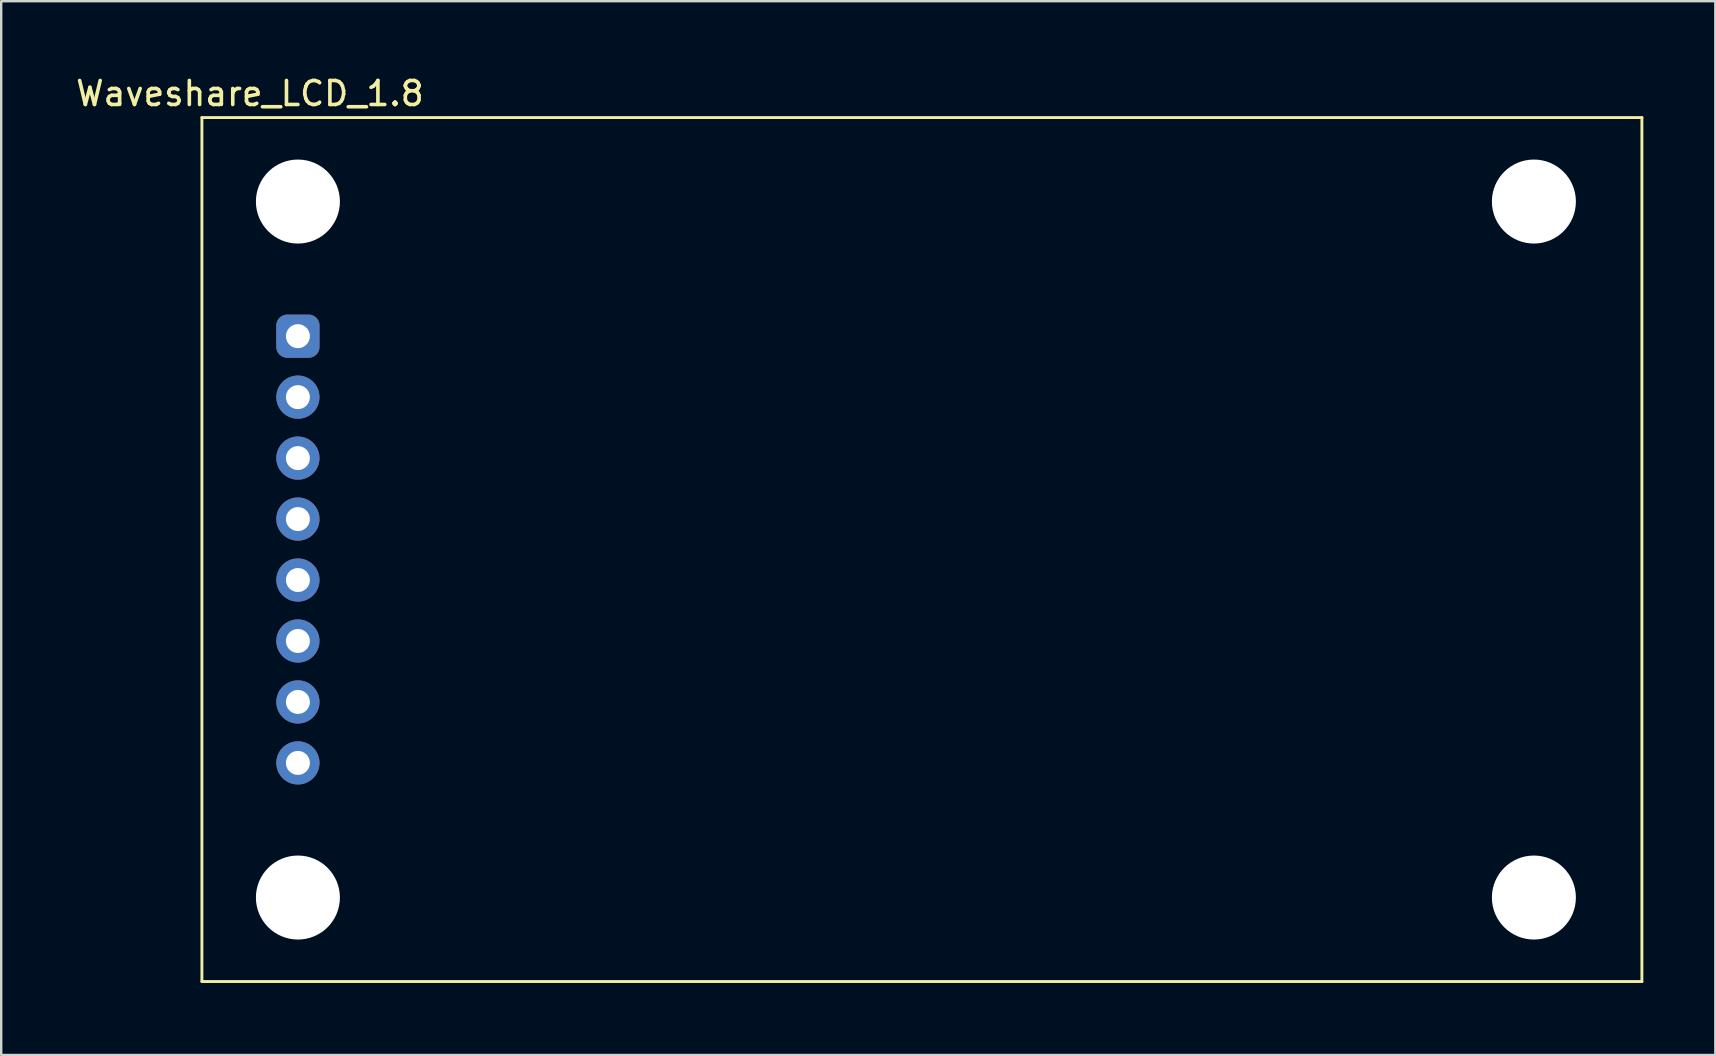
<source format=kicad_pcb>
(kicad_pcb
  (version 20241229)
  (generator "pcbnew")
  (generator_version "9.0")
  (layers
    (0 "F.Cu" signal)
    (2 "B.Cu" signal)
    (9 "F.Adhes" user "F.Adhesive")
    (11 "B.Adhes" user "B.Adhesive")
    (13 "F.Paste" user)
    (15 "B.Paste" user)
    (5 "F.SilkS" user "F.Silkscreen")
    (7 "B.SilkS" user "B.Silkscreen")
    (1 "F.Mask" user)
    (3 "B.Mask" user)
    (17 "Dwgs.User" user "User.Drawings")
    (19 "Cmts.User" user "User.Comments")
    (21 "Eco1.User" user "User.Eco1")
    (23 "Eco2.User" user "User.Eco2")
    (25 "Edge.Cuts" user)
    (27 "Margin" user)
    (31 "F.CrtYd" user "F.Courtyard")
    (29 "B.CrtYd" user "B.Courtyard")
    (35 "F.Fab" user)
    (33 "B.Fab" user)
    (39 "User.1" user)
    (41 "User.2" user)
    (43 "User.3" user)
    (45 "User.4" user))
  (footprint "Waveshare_LCD_1.8"
    (layer "F.Cu")
    (at 9.363 19.848)
    (property "Reference" "Waveshare_LCD_1.8" (at -2 -19 0) (layer "F.SilkS") (effects (font (size 1 1) (thickness 0.15))))
    (attr through_hole)
    (fp_line (start -4 -18) (end 56 -18) (stroke (width 0.12) (type solid)) (layer "F.SilkS"))
    (fp_line (start -4 18) (end -4 -18) (stroke (width 0.12) (type solid)) (layer "F.SilkS"))
    (fp_line (start 56 -18) (end 56 18) (stroke (width 0.12) (type solid)) (layer "F.SilkS"))
    (fp_line (start 56 18) (end -4 18) (stroke (width 0.12) (type solid)) (layer "F.SilkS"))
    (pad "" np_thru_hole circle (at 0 -14.5) (size 3.5 3.5) (drill 3.5) (layers "*.Cu" "*.Mask"))
    (pad "" np_thru_hole circle (at 0 14.5) (size 3.5 3.5) (drill 3.5) (layers "*.Cu" "*.Mask"))
    (pad "" np_thru_hole circle (at 51.5 -14.5) (size 3.5 3.5) (drill 3.5) (layers "*.Cu" "*.Mask"))
    (pad "" np_thru_hole circle (at 51.5 14.5) (size 3.5 3.5) (drill 3.5) (layers "*.Cu" "*.Mask"))
    (pad "1" thru_hole roundrect (at 0 -8.89) (size 1.8 1.8) (drill 1) (layers "*.Cu" "*.Mask") (roundrect_rratio 0.25))
    (pad "2" thru_hole circle (at 0 -6.35) (size 1.8 1.8) (drill 1) (layers "*.Cu" "*.Mask"))
    (pad "3" thru_hole circle (at 0 -3.81) (size 1.8 1.8) (drill 1) (layers "*.Cu" "*.Mask"))
    (pad "4" thru_hole circle (at 0 -1.27) (size 1.8 1.8) (drill 1) (layers "*.Cu" "*.Mask"))
    (pad "5" thru_hole circle (at 0 1.27) (size 1.8 1.8) (drill 1) (layers "*.Cu" "*.Mask"))
    (pad "6" thru_hole circle (at 0 3.81) (size 1.8 1.8) (drill 1) (layers "*.Cu" "*.Mask"))
    (pad "7" thru_hole circle (at 0 6.35) (size 1.8 1.8) (drill 1) (layers "*.Cu" "*.Mask"))
    (pad "8" thru_hole circle (at 0 8.89) (size 1.8 1.8) (drill 1) (layers "*.Cu" "*.Mask")))
  (gr_rect
    (start -3 -3)
    (end 68.423 40.908)
    (stroke (width 0.1) (type default))
    (fill no)
    (layer "Edge.Cuts")))
</source>
